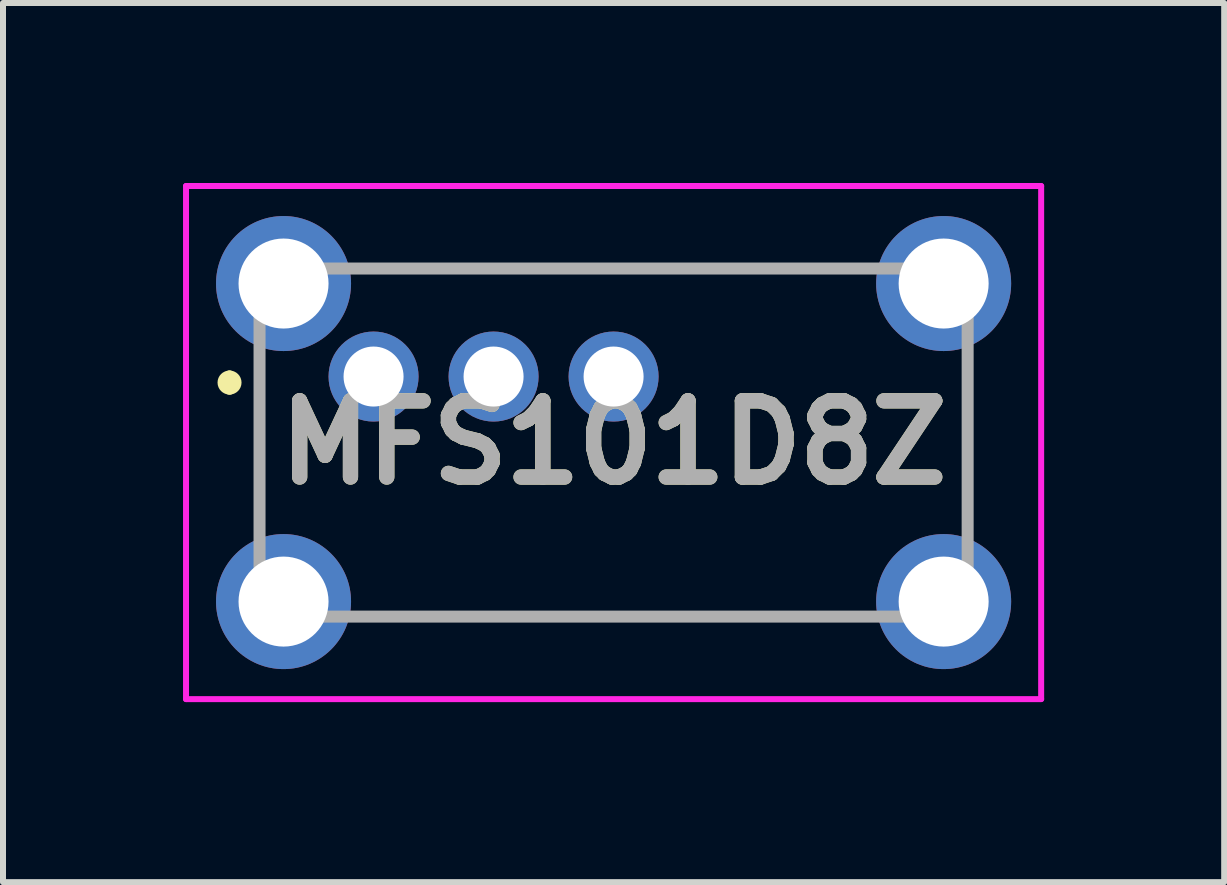
<source format=kicad_pcb>
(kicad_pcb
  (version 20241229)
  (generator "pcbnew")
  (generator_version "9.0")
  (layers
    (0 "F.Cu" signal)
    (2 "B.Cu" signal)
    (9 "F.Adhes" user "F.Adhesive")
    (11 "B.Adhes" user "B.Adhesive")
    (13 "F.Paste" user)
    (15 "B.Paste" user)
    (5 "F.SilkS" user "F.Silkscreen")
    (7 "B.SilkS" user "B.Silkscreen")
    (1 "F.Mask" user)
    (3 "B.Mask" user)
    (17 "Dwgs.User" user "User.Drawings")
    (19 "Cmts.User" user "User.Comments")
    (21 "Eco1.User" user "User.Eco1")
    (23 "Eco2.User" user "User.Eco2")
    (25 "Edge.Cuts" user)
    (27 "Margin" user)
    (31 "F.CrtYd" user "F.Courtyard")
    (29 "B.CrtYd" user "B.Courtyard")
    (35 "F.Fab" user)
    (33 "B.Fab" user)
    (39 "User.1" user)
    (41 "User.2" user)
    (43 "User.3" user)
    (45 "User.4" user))
  (footprint "MFS101D8Z"
    (layer "F.Cu")
    (at 3.175 3.225)
    (property "Reference" "MFS101D8Z" (at 4 1.1 0) (layer "F.SilkS") (effects (font (size 1.27 1.27) (thickness 0.254))))
    (attr through_hole)
    (fp_line (start -2.4 0) (end -2.4 0) (stroke (width 0.2) (type solid)) (layer "F.SilkS"))
    (fp_line (start -2.4 0.2) (end -2.4 0.2) (stroke (width 0.2) (type solid)) (layer "F.SilkS"))
    (fp_line (start -1.9 0.1) (end -1.9 2.1) (stroke (width 0.1) (type solid)) (layer "F.SilkS"))
    (fp_line (start 0.5 -1.8) (end 7.5 -1.8) (stroke (width 0.1) (type solid)) (layer "F.SilkS"))
    (fp_line (start 0.5 4) (end 7.5 4) (stroke (width 0.1) (type solid)) (layer "F.SilkS"))
    (fp_line (start 9.9 0.1) (end 9.9 2.1) (stroke (width 0.1) (type solid)) (layer "F.SilkS"))
    (fp_arc (start -2.4 0) (mid -2.3 0.1) (end -2.4 0.2) (stroke (width 0.2) (type solid)) (layer "F.SilkS"))
    (fp_arc (start -2.4 0.2) (mid -2.5 0.1) (end -2.4 0) (stroke (width 0.2) (type solid)) (layer "F.SilkS"))
    (fp_line (start -3.125 -3.175) (end 11.125 -3.175) (stroke (width 0.1) (type solid)) (layer "F.CrtYd"))
    (fp_line (start -3.125 5.375) (end -3.125 -3.175) (stroke (width 0.1) (type solid)) (layer "F.CrtYd"))
    (fp_line (start 11.125 -3.175) (end 11.125 5.375) (stroke (width 0.1) (type solid)) (layer "F.CrtYd"))
    (fp_line (start 11.125 5.375) (end -3.125 5.375) (stroke (width 0.1) (type solid)) (layer "F.CrtYd"))
    (fp_line (start -1.9 -1.8) (end 9.9 -1.8) (stroke (width 0.2) (type solid)) (layer "F.Fab"))
    (fp_line (start -1.9 4) (end -1.9 -1.8) (stroke (width 0.2) (type solid)) (layer "F.Fab"))
    (fp_line (start 9.9 -1.8) (end 9.9 4) (stroke (width 0.2) (type solid)) (layer "F.Fab"))
    (fp_line (start 9.9 4) (end -1.9 4) (stroke (width 0.2) (type solid)) (layer "F.Fab"))
    (fp_text user "${REFERENCE}" (at 4 1.1 0) (layer "F.Fab") (effects (font (size 1.27 1.27) (thickness 0.254))))
    (pad "1" thru_hole circle (at 0 0) (size 1.5 1.5) (drill 1) (layers "*.Cu" "*.Mask"))
    (pad "2" thru_hole circle (at 2 0) (size 1.5 1.5) (drill 1) (layers "*.Cu" "*.Mask"))
    (pad "3" thru_hole circle (at 4 0) (size 1.5 1.5) (drill 1) (layers "*.Cu" "*.Mask"))
    (pad "MH1" thru_hole circle (at -1.5 -1.55) (size 2.25 2.25) (drill 1.5) (layers "*.Cu" "*.Mask"))
    (pad "MH2" thru_hole circle (at 9.5 -1.55) (size 2.25 2.25) (drill 1.5) (layers "*.Cu" "*.Mask"))
    (pad "MH3" thru_hole circle (at -1.5 3.75) (size 2.25 2.25) (drill 1.5) (layers "*.Cu" "*.Mask"))
    (pad "MH4" thru_hole circle (at 9.5 3.75) (size 2.25 2.25) (drill 1.5) (layers "*.Cu" "*.Mask")))
  (gr_rect
    (start -3 -3)
    (end 17.35 11.65)
    (stroke (width 0.1) (type default))
    (fill no)
    (layer "Edge.Cuts")))
</source>
